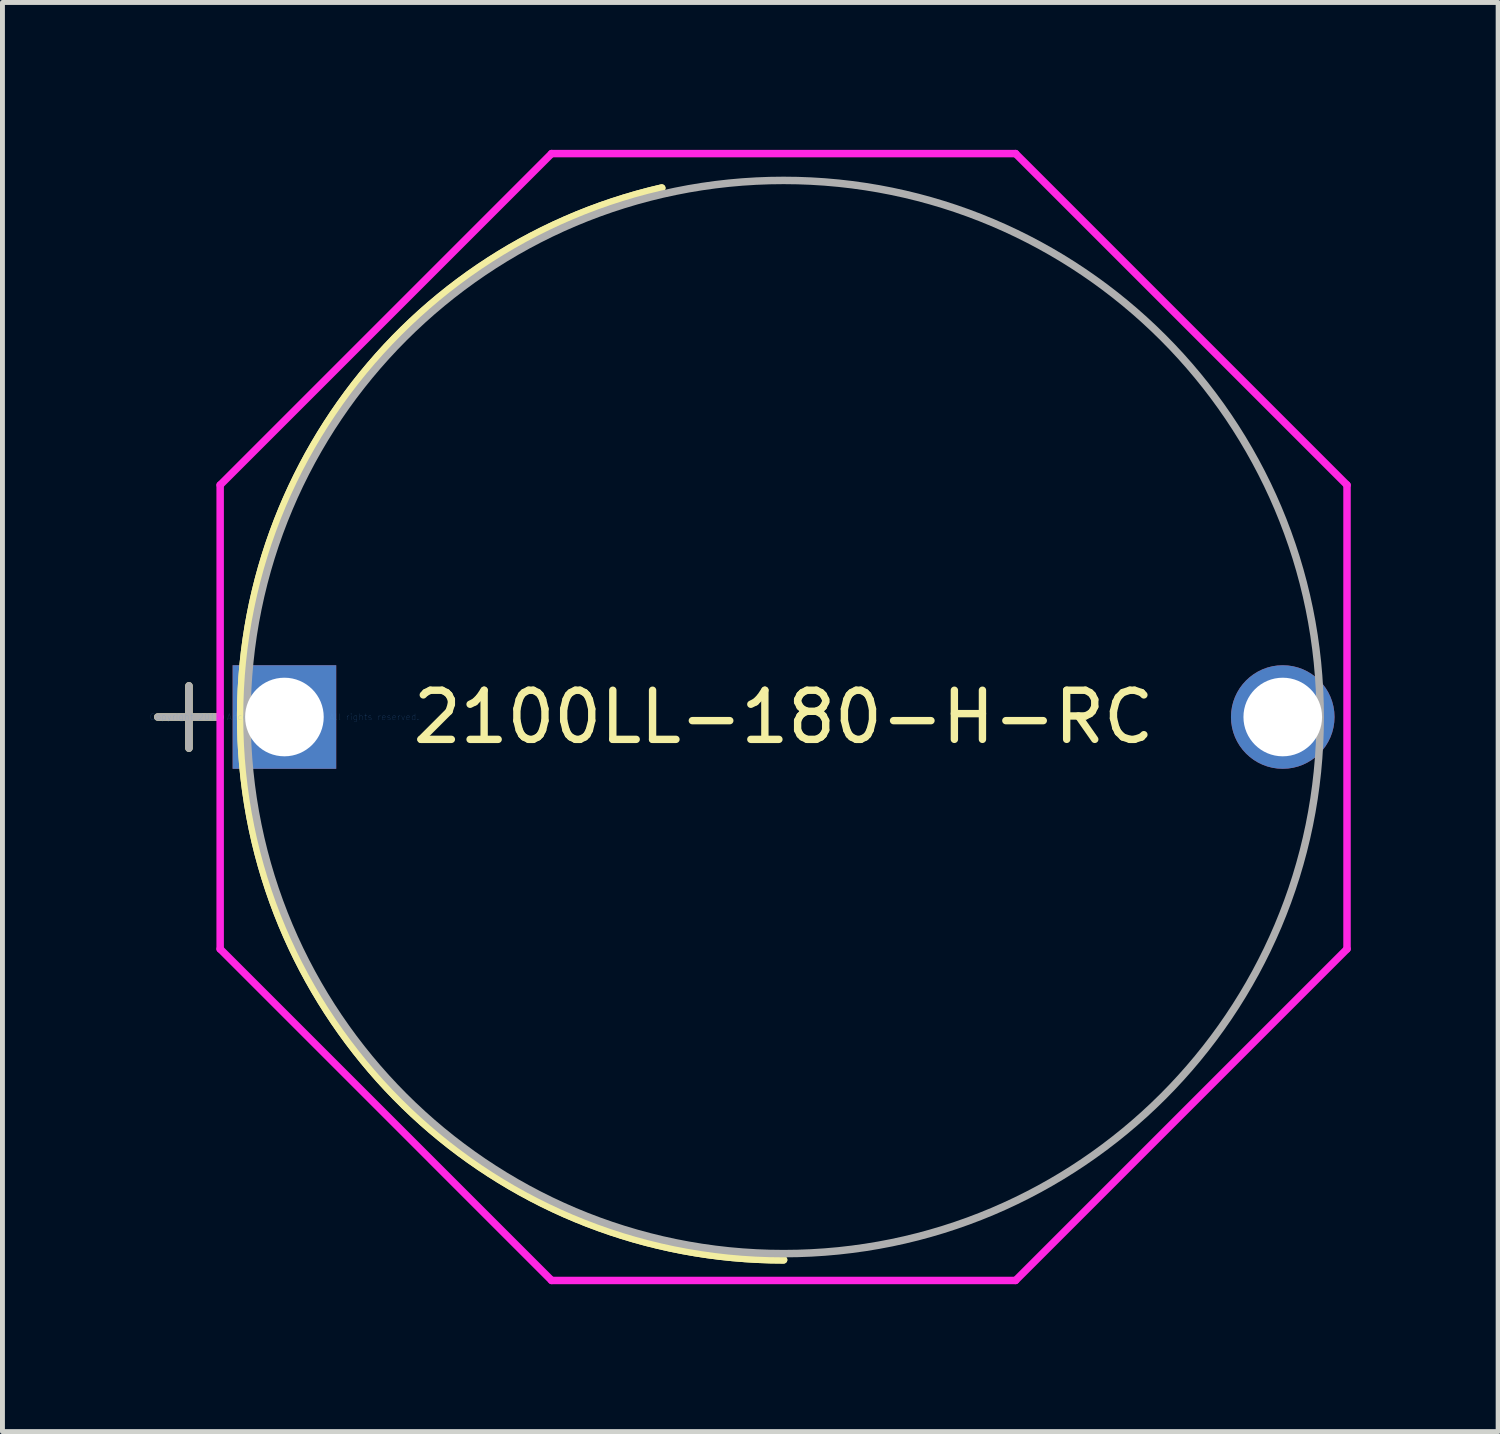
<source format=kicad_pcb>
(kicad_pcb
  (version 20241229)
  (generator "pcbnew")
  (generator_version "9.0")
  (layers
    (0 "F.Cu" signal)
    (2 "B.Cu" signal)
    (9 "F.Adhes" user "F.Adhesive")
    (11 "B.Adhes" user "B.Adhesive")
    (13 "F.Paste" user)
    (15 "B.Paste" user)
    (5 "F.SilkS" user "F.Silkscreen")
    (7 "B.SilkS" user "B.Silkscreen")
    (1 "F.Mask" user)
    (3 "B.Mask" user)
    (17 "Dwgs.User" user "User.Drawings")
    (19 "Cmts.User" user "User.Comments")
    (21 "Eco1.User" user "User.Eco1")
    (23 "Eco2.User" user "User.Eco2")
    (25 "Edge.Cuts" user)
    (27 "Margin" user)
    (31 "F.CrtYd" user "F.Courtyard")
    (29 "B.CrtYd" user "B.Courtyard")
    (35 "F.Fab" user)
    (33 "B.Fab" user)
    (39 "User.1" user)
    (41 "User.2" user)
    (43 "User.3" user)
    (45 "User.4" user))
  (footprint "2100LL-180-H-RC"
    (layer "F.Cu")
    (at 2.739 11.544)
    (property "Reference" "2100LL-180-H-RC" (at 10.16 0 0) (layer "F.SilkS") (effects (font (size 1 1) (thickness 0.15))))
    (attr through_hole)
    (fp_line (start -2.578 0) (end -1.387 0) (stroke (width 0.152) (type solid)) (layer "F.SilkS"))
    (fp_line (start -1.943 -0.635) (end -1.943 0.635) (stroke (width 0.152) (type solid)) (layer "F.SilkS"))
    (fp_arc (start 10.16 11.049) (mid -0.818311 1.247829) (end 7.680308 -10.76715) (stroke (width 0.1524) (type solid)) (layer "F.SilkS"))
    (fp_arc (start 10.16 11.049) (mid -0.818312 1.247827) (end 7.680313 -10.767152) (stroke (width 0.1524) (type solid)) (layer "F.SilkS"))
    (fp_line (start -1.308 -4.722) (end 5.438 -11.468) (stroke (width 0.152) (type solid)) (layer "F.CrtYd"))
    (fp_line (start -1.308 4.722) (end -1.308 -4.722) (stroke (width 0.152) (type solid)) (layer "F.CrtYd"))
    (fp_line (start 5.438 -11.468) (end 14.882 -11.468) (stroke (width 0.152) (type solid)) (layer "F.CrtYd"))
    (fp_line (start 5.438 11.468) (end -1.308 4.722) (stroke (width 0.152) (type solid)) (layer "F.CrtYd"))
    (fp_line (start 14.882 -11.468) (end 21.628 -4.722) (stroke (width 0.152) (type solid)) (layer "F.CrtYd"))
    (fp_line (start 14.882 11.468) (end 5.438 11.468) (stroke (width 0.152) (type solid)) (layer "F.CrtYd"))
    (fp_line (start 21.628 -4.722) (end 21.628 4.722) (stroke (width 0.152) (type solid)) (layer "F.CrtYd"))
    (fp_line (start 21.628 4.722) (end 14.882 11.468) (stroke (width 0.152) (type solid)) (layer "F.CrtYd"))
    (fp_line (start -2.578 0) (end -1.308 0) (stroke (width 0.152) (type solid)) (layer "F.Fab"))
    (fp_line (start -1.943 -0.635) (end -1.943 0.635) (stroke (width 0.152) (type solid)) (layer "F.Fab"))
    (fp_circle (center 10.16 0) (end 21.082 0) (stroke (width 0.152) (type solid)) (fill no) (layer "F.Fab"))
    (fp_text user "*" (at 0 0 0) (layer "F.SilkS") (effects (font (size 1 1) (thickness 0.15))))
    (fp_text user "Copyright 2016 Accelerated Designs. All rights reserved." (at 0 0 0) (layer "Cmts.User") (effects (font (size 0.127 0.127) (thickness 0.002))))
    (fp_text user "*" (at 0 0 0) (layer "F.Fab") (effects (font (size 1 1) (thickness 0.15))))
    (pad "1" thru_hole rect (at 0 0) (size 2.108 2.108) (drill 1.6) (layers "*.Cu" "*.Mask"))
    (pad "2" thru_hole circle (at 20.32 0) (size 2.108 2.108) (drill 1.6) (layers "*.Cu" "*.Mask")))
  (gr_rect
    (start -3 -3)
    (end 27.443 26.089)
    (stroke (width 0.1) (type default))
    (fill no)
    (layer "Edge.Cuts")))
</source>
